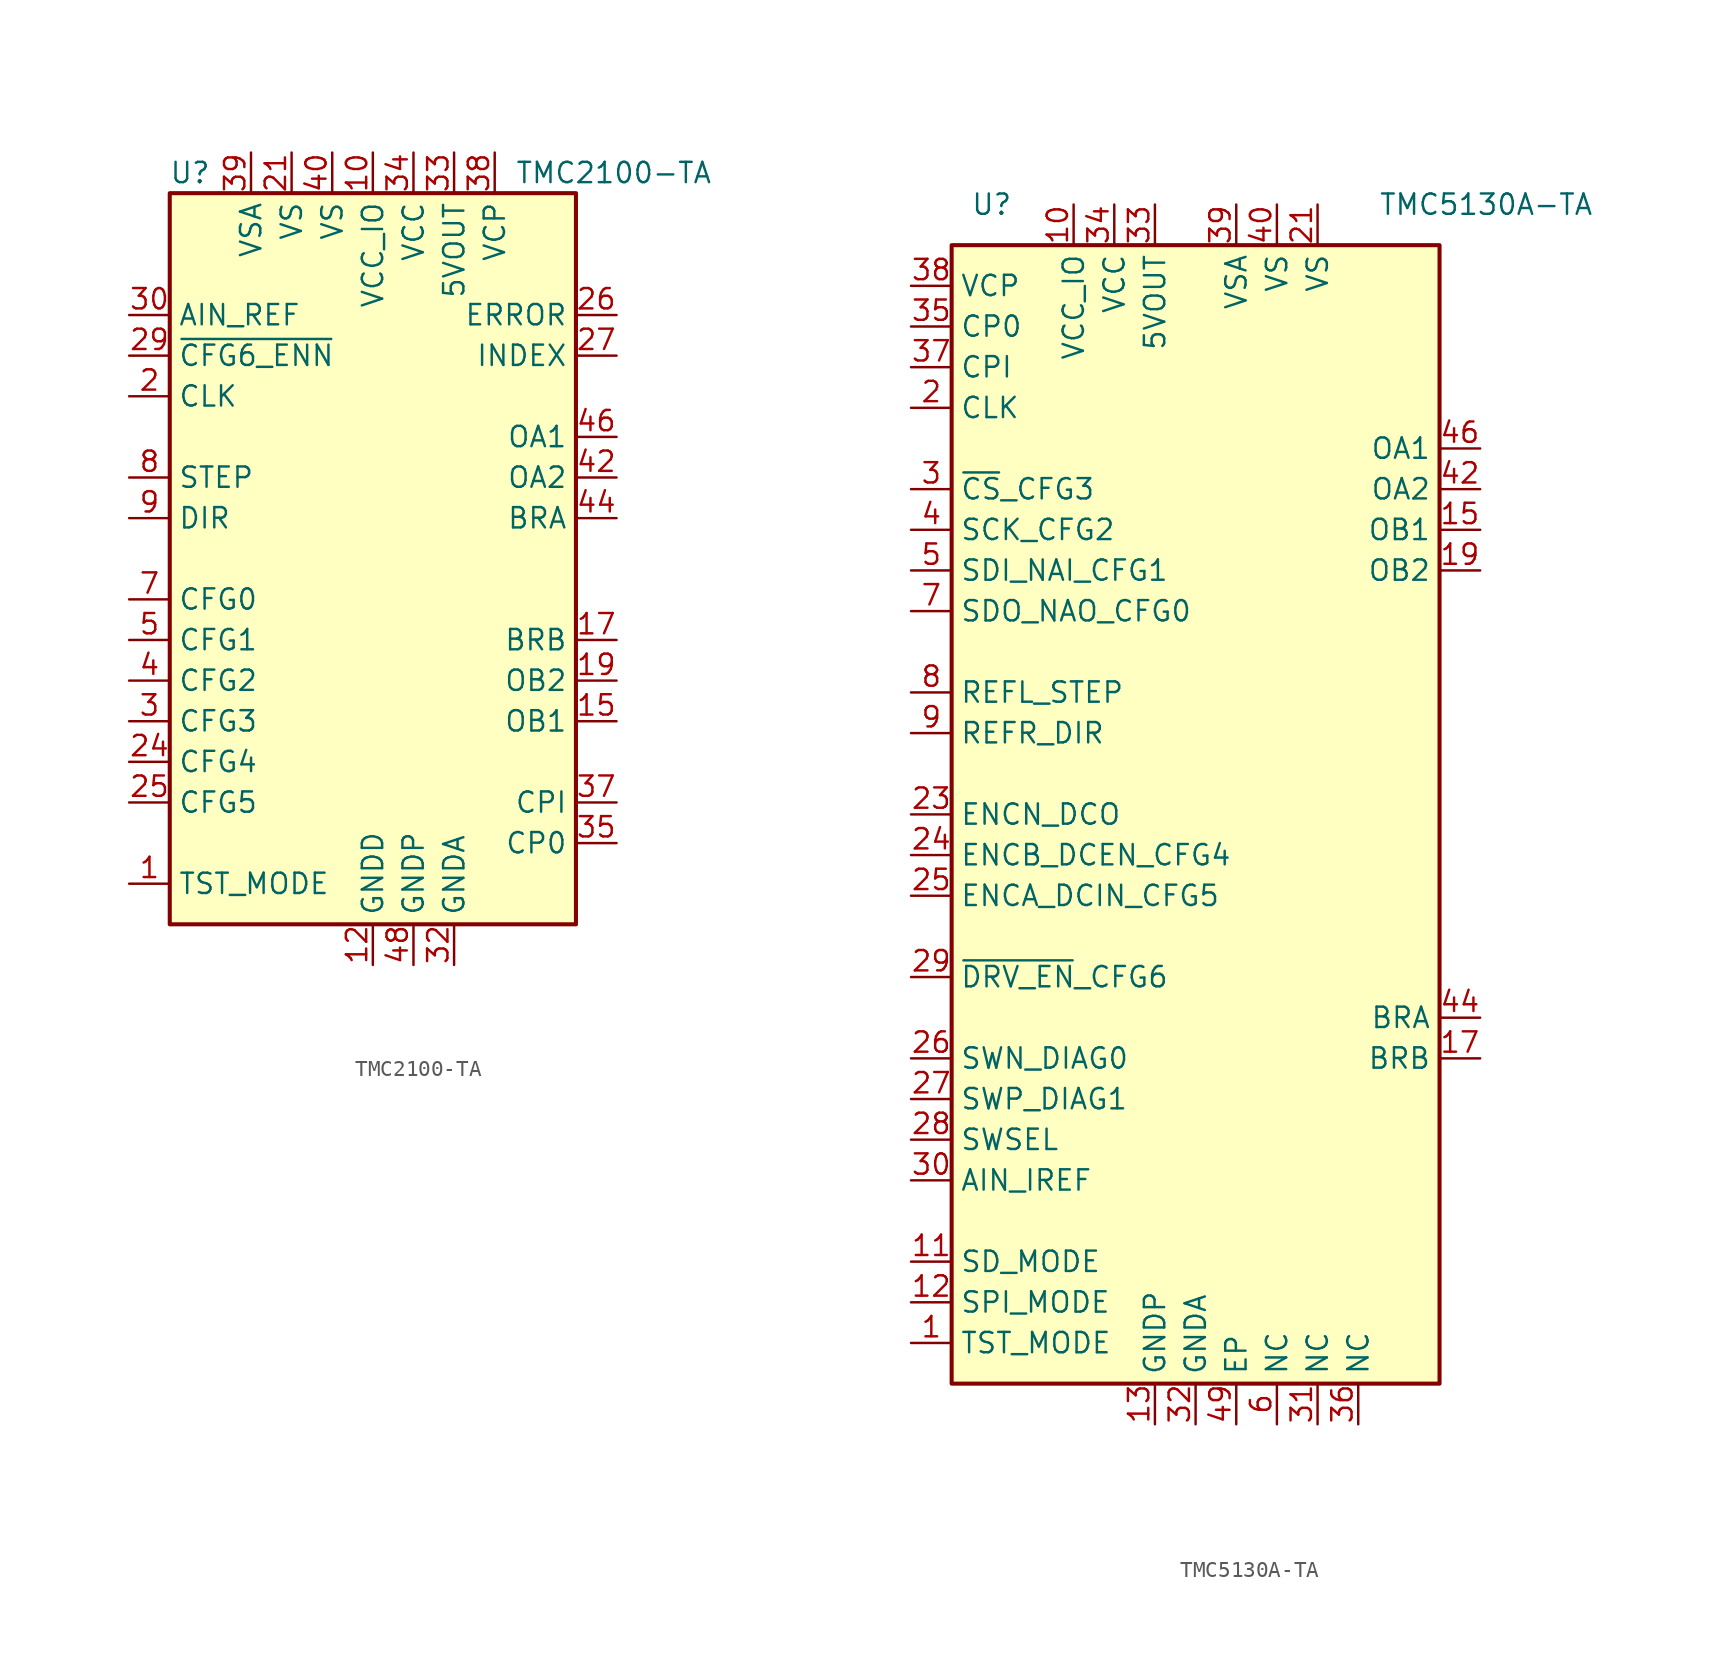
<source format=kicad_sym>
(kicad_symbol_lib
  (version 20200908)
  (generator kicad_symbol_editor)
  (symbol "Driver_Motor:TMC2100-TA"
    (property "Reference" "U"
      (at -11.43 24.13 0)
      (effects (font (size 1.27 1.27))))
    (property "Value" "TMC2100-TA"
      (at 8.89 24.13 0)
      (effects (font (size 1.27 1.27)) (justify left)))
    (symbol "TMC2100-TA_0_1"
      (rectangle (start -12.7 22.86) (end 12.7 -22.86) (stroke (width 0.254)) (fill (type background))))
    (symbol "TMC2100-TA_1_1"
      (pin input line (at -15.24 -20.32 0) (length 2.54) (name "TST_MODE" (effects (font (size 1.27 1.27)))) (number "1" (effects (font (size 1.27 1.27)))))
      (pin power_in line (at 0 25.4 270) (length 2.54) (name "VCC_IO" (effects (font (size 1.27 1.27)))) (number "10" (effects (font (size 1.27 1.27)))))
      (pin unconnected line (at -12.7 17.78 0) (length 2.54) hide (name "DNC" (effects (font (size 1.27 1.27)))) (number "11" (effects (font (size 1.27 1.27)))))
      (pin power_in line (at 0 -25.4 90) (length 2.54) (name "GNDD" (effects (font (size 1.27 1.27)))) (number "12" (effects (font (size 1.27 1.27)))))
      (pin passive line (at 2.54 -25.4 90) (length 2.54) hide (name "GNDP" (effects (font (size 1.27 1.27)))) (number "13" (effects (font (size 1.27 1.27)))))
      (pin unconnected line (at -12.7 7.62 0) (length 2.54) hide (name "DNC" (effects (font (size 1.27 1.27)))) (number "14" (effects (font (size 1.27 1.27)))))
      (pin output line (at 15.24 -10.16 180) (length 2.54) (name "OB1" (effects (font (size 1.27 1.27)))) (number "15" (effects (font (size 1.27 1.27)))))
      (pin unconnected line (at -12.7 0 0) (length 2.54) hide (name "DNC" (effects (font (size 1.27 1.27)))) (number "16" (effects (font (size 1.27 1.27)))))
      (pin passive line (at 15.24 -5.08 180) (length 2.54) (name "BRB" (effects (font (size 1.27 1.27)))) (number "17" (effects (font (size 1.27 1.27)))))
      (pin unconnected line (at -12.7 -17.78 0) (length 2.54) hide (name "DNC" (effects (font (size 1.27 1.27)))) (number "18" (effects (font (size 1.27 1.27)))))
      (pin output line (at 15.24 -7.62 180) (length 2.54) (name "OB2" (effects (font (size 1.27 1.27)))) (number "19" (effects (font (size 1.27 1.27)))))
      (pin input line (at -15.24 10.16 0) (length 2.54) (name "CLK" (effects (font (size 1.27 1.27)))) (number "2" (effects (font (size 1.27 1.27)))))
      (pin unconnected line (at 12.7 17.78 180) (length 2.54) hide (name "DNC" (effects (font (size 1.27 1.27)))) (number "20" (effects (font (size 1.27 1.27)))))
      (pin power_in line (at -5.08 25.4 270) (length 2.54) (name "VS" (effects (font (size 1.27 1.27)))) (number "21" (effects (font (size 1.27 1.27)))))
      (pin unconnected line (at 7.62 -22.86 90) (length 2.54) hide (name "DNC" (effects (font (size 1.27 1.27)))) (number "22" (effects (font (size 1.27 1.27)))))
      (pin unconnected line (at 12.7 20.32 180) (length 2.54) hide (name "DNC" (effects (font (size 1.27 1.27)))) (number "23" (effects (font (size 1.27 1.27)))))
      (pin input line (at -15.24 -12.7 0) (length 2.54) (name "CFG4" (effects (font (size 1.27 1.27)))) (number "24" (effects (font (size 1.27 1.27)))))
      (pin input line (at -15.24 -15.24 0) (length 2.54) (name "CFG5" (effects (font (size 1.27 1.27)))) (number "25" (effects (font (size 1.27 1.27)))))
      (pin open_collector line (at 15.24 15.24 180) (length 2.54) (name "ERROR" (effects (font (size 1.27 1.27)))) (number "26" (effects (font (size 1.27 1.27)))))
      (pin open_collector line (at 15.24 12.7 180) (length 2.54) (name "INDEX" (effects (font (size 1.27 1.27)))) (number "27" (effects (font (size 1.27 1.27)))))
      (pin unconnected line (at 12.7 -20.32 180) (length 2.54) hide (name "DNC" (effects (font (size 1.27 1.27)))) (number "28" (effects (font (size 1.27 1.27)))))
      (pin input line (at -15.24 12.7 0) (length 2.54) (name "~CFG6_ENN" (effects (font (size 1.27 1.27)))) (number "29" (effects (font (size 1.27 1.27)))))
      (pin input line (at -15.24 -10.16 0) (length 2.54) (name "CFG3" (effects (font (size 1.27 1.27)))) (number "3" (effects (font (size 1.27 1.27)))))
      (pin input line (at -15.24 15.24 0) (length 2.54) (name "AIN_REF" (effects (font (size 1.27 1.27)))) (number "30" (effects (font (size 1.27 1.27)))))
      (pin passive line (at 0 -25.4 90) (length 2.54) hide (name "GNDD" (effects (font (size 1.27 1.27)))) (number "31" (effects (font (size 1.27 1.27)))))
      (pin power_in line (at 5.08 -25.4 90) (length 2.54) (name "GNDA" (effects (font (size 1.27 1.27)))) (number "32" (effects (font (size 1.27 1.27)))))
      (pin power_out line (at 5.08 25.4 270) (length 2.54) (name "5VOUT" (effects (font (size 1.27 1.27)))) (number "33" (effects (font (size 1.27 1.27)))))
      (pin power_in line (at 2.54 25.4 270) (length 2.54) (name "VCC" (effects (font (size 1.27 1.27)))) (number "34" (effects (font (size 1.27 1.27)))))
      (pin passive line (at 15.24 -17.78 180) (length 2.54) (name "CP0" (effects (font (size 1.27 1.27)))) (number "35" (effects (font (size 1.27 1.27)))))
      (pin passive line (at 0 -25.4 90) (length 2.54) hide (name "GNDD" (effects (font (size 1.27 1.27)))) (number "36" (effects (font (size 1.27 1.27)))))
      (pin passive line (at 15.24 -15.24 180) (length 2.54) (name "CPI" (effects (font (size 1.27 1.27)))) (number "37" (effects (font (size 1.27 1.27)))))
      (pin passive line (at 7.62 25.4 270) (length 2.54) (name "VCP" (effects (font (size 1.27 1.27)))) (number "38" (effects (font (size 1.27 1.27)))))
      (pin power_in line (at -7.62 25.4 270) (length 2.54) (name "VSA" (effects (font (size 1.27 1.27)))) (number "39" (effects (font (size 1.27 1.27)))))
      (pin input line (at -15.24 -7.62 0) (length 2.54) (name "CFG2" (effects (font (size 1.27 1.27)))) (number "4" (effects (font (size 1.27 1.27)))))
      (pin power_in line (at -2.54 25.4 270) (length 2.54) (name "VS" (effects (font (size 1.27 1.27)))) (number "40" (effects (font (size 1.27 1.27)))))
      (pin unconnected line (at 12.7 -12.7 180) (length 2.54) hide (name "DNC" (effects (font (size 1.27 1.27)))) (number "41" (effects (font (size 1.27 1.27)))))
      (pin output line (at 15.24 5.08 180) (length 2.54) (name "OA2" (effects (font (size 1.27 1.27)))) (number "42" (effects (font (size 1.27 1.27)))))
      (pin unconnected line (at 12.7 -2.54 180) (length 2.54) hide (name "DNC" (effects (font (size 1.27 1.27)))) (number "43" (effects (font (size 1.27 1.27)))))
      (pin passive line (at 15.24 2.54 180) (length 2.54) (name "BRA" (effects (font (size 1.27 1.27)))) (number "44" (effects (font (size 1.27 1.27)))))
      (pin unconnected line (at 12.7 0 180) (length 2.54) hide (name "DNC" (effects (font (size 1.27 1.27)))) (number "45" (effects (font (size 1.27 1.27)))))
      (pin output line (at 15.24 7.62 180) (length 2.54) (name "OA1" (effects (font (size 1.27 1.27)))) (number "46" (effects (font (size 1.27 1.27)))))
      (pin unconnected line (at 12.7 10.16 180) (length 2.54) hide (name "DNC" (effects (font (size 1.27 1.27)))) (number "47" (effects (font (size 1.27 1.27)))))
      (pin power_in line (at 2.54 -25.4 90) (length 2.54) (name "GNDP" (effects (font (size 1.27 1.27)))) (number "48" (effects (font (size 1.27 1.27)))))
      (pin passive line (at 0 -25.4 90) (length 2.54) hide (name "GNDD" (effects (font (size 1.27 1.27)))) (number "49" (effects (font (size 1.27 1.27)))))
      (pin input line (at -15.24 -5.08 0) (length 2.54) (name "CFG1" (effects (font (size 1.27 1.27)))) (number "5" (effects (font (size 1.27 1.27)))))
      (pin passive line (at 0 -25.4 90) (length 2.54) hide (name "GNDD" (effects (font (size 1.27 1.27)))) (number "6" (effects (font (size 1.27 1.27)))))
      (pin input line (at -15.24 -2.54 0) (length 2.54) (name "CFG0" (effects (font (size 1.27 1.27)))) (number "7" (effects (font (size 1.27 1.27)))))
      (pin input line (at -15.24 5.08 0) (length 2.54) (name "STEP" (effects (font (size 1.27 1.27)))) (number "8" (effects (font (size 1.27 1.27)))))
      (pin input line (at -15.24 2.54 0) (length 2.54) (name "DIR" (effects (font (size 1.27 1.27)))) (number "9" (effects (font (size 1.27 1.27)))))))
  (symbol "Driver_Motor:TMC5130A-TA"
    (property "Reference" "U"
      (at -11.43 38.1 0)
      (effects (font (size 1.27 1.27)) (justify right)))
    (property "Value" "TMC5130A-TA"
      (at 11.43 38.1 0)
      (effects (font (size 1.27 1.27)) (justify left)))
    (symbol "TMC5130A-TA_0_1"
      (rectangle (start -15.24 35.56) (end 15.24 -35.56) (stroke (width 0.254)) (fill (type background))))
    (symbol "TMC5130A-TA_1_1"
      (pin input line (at -17.78 -33.02 0) (length 2.54) (name "TST_MODE" (effects (font (size 1.27 1.27)))) (number "1" (effects (font (size 1.27 1.27)))))
      (pin power_in line (at -7.62 38.1 270) (length 2.54) (name "VCC_IO" (effects (font (size 1.27 1.27)))) (number "10" (effects (font (size 1.27 1.27)))))
      (pin input line (at -17.78 -27.94 0) (length 2.54) (name "SD_MODE" (effects (font (size 1.27 1.27)))) (number "11" (effects (font (size 1.27 1.27)))))
      (pin input line (at -17.78 -30.48 0) (length 2.54) (name "SPI_MODE" (effects (font (size 1.27 1.27)))) (number "12" (effects (font (size 1.27 1.27)))))
      (pin power_in line (at -2.54 -38.1 90) (length 2.54) (name "GNDP" (effects (font (size 1.27 1.27)))) (number "13" (effects (font (size 1.27 1.27)))))
      (pin unconnected line (at 15.24 12.7 180) (length 2.54) hide (name "DNC" (effects (font (size 1.27 1.27)))) (number "14" (effects (font (size 1.27 1.27)))))
      (pin output line (at 17.78 17.78 180) (length 2.54) (name "OB1" (effects (font (size 1.27 1.27)))) (number "15" (effects (font (size 1.27 1.27)))))
      (pin unconnected line (at 15.24 10.16 180) (length 2.54) hide (name "DNC" (effects (font (size 1.27 1.27)))) (number "16" (effects (font (size 1.27 1.27)))))
      (pin passive line (at 17.78 -15.24 180) (length 2.54) (name "BRB" (effects (font (size 1.27 1.27)))) (number "17" (effects (font (size 1.27 1.27)))))
      (pin unconnected line (at 15.24 7.62 180) (length 2.54) hide (name "DNC" (effects (font (size 1.27 1.27)))) (number "18" (effects (font (size 1.27 1.27)))))
      (pin output line (at 17.78 15.24 180) (length 2.54) (name "OB2" (effects (font (size 1.27 1.27)))) (number "19" (effects (font (size 1.27 1.27)))))
      (pin input line (at -17.78 25.4 0) (length 2.54) (name "CLK" (effects (font (size 1.27 1.27)))) (number "2" (effects (font (size 1.27 1.27)))))
      (pin unconnected line (at 15.24 5.08 180) (length 2.54) hide (name "DNC" (effects (font (size 1.27 1.27)))) (number "20" (effects (font (size 1.27 1.27)))))
      (pin power_in line (at 7.62 38.1 270) (length 2.54) (name "VS" (effects (font (size 1.27 1.27)))) (number "21" (effects (font (size 1.27 1.27)))))
      (pin unconnected line (at 15.24 2.54 180) (length 2.54) hide (name "DNC" (effects (font (size 1.27 1.27)))) (number "22" (effects (font (size 1.27 1.27)))))
      (pin bidirectional line (at -17.78 0 0) (length 2.54) (name "ENCN_DCO" (effects (font (size 1.27 1.27)))) (number "23" (effects (font (size 1.27 1.27)))))
      (pin input line (at -17.78 -2.54 0) (length 2.54) (name "ENCB_DCEN_CFG4" (effects (font (size 1.27 1.27)))) (number "24" (effects (font (size 1.27 1.27)))))
      (pin input line (at -17.78 -5.08 0) (length 2.54) (name "ENCA_DCIN_CFG5" (effects (font (size 1.27 1.27)))) (number "25" (effects (font (size 1.27 1.27)))))
      (pin bidirectional line (at -17.78 -15.24 0) (length 2.54) (name "SWN_DIAG0" (effects (font (size 1.27 1.27)))) (number "26" (effects (font (size 1.27 1.27)))))
      (pin bidirectional line (at -17.78 -17.78 0) (length 2.54) (name "SWP_DIAG1" (effects (font (size 1.27 1.27)))) (number "27" (effects (font (size 1.27 1.27)))))
      (pin input line (at -17.78 -20.32 0) (length 2.54) (name "SWSEL" (effects (font (size 1.27 1.27)))) (number "28" (effects (font (size 1.27 1.27)))))
      (pin input line (at -17.78 -10.16 0) (length 2.54) (name "~DRV_EN~_CFG6" (effects (font (size 1.27 1.27)))) (number "29" (effects (font (size 1.27 1.27)))))
      (pin input line (at -17.78 20.32 0) (length 2.54) (name "~CS~_CFG3" (effects (font (size 1.27 1.27)))) (number "3" (effects (font (size 1.27 1.27)))))
      (pin input line (at -17.78 -22.86 0) (length 2.54) (name "AIN_IREF" (effects (font (size 1.27 1.27)))) (number "30" (effects (font (size 1.27 1.27)))))
      (pin passive line (at 7.62 -38.1 90) (length 2.54) (name "NC" (effects (font (size 1.27 1.27)))) (number "31" (effects (font (size 1.27 1.27)))))
      (pin power_in line (at 0 -38.1 90) (length 2.54) (name "GNDA" (effects (font (size 1.27 1.27)))) (number "32" (effects (font (size 1.27 1.27)))))
      (pin power_out line (at -2.54 38.1 270) (length 2.54) (name "5VOUT" (effects (font (size 1.27 1.27)))) (number "33" (effects (font (size 1.27 1.27)))))
      (pin power_in line (at -5.08 38.1 270) (length 2.54) (name "VCC" (effects (font (size 1.27 1.27)))) (number "34" (effects (font (size 1.27 1.27)))))
      (pin passive line (at -17.78 30.48 0) (length 2.54) (name "CP0" (effects (font (size 1.27 1.27)))) (number "35" (effects (font (size 1.27 1.27)))))
      (pin passive line (at 10.16 -38.1 90) (length 2.54) (name "NC" (effects (font (size 1.27 1.27)))) (number "36" (effects (font (size 1.27 1.27)))))
      (pin passive line (at -17.78 27.94 0) (length 2.54) (name "CPI" (effects (font (size 1.27 1.27)))) (number "37" (effects (font (size 1.27 1.27)))))
      (pin passive line (at -17.78 33.02 0) (length 2.54) (name "VCP" (effects (font (size 1.27 1.27)))) (number "38" (effects (font (size 1.27 1.27)))))
      (pin power_in line (at 2.54 38.1 270) (length 2.54) (name "VSA" (effects (font (size 1.27 1.27)))) (number "39" (effects (font (size 1.27 1.27)))))
      (pin input line (at -17.78 17.78 0) (length 2.54) (name "SCK_CFG2" (effects (font (size 1.27 1.27)))) (number "4" (effects (font (size 1.27 1.27)))))
      (pin power_in line (at 5.08 38.1 270) (length 2.54) (name "VS" (effects (font (size 1.27 1.27)))) (number "40" (effects (font (size 1.27 1.27)))))
      (pin unconnected line (at 15.24 33.02 180) (length 2.54) hide (name "DNC" (effects (font (size 1.27 1.27)))) (number "41" (effects (font (size 1.27 1.27)))))
      (pin output line (at 17.78 20.32 180) (length 2.54) (name "OA2" (effects (font (size 1.27 1.27)))) (number "42" (effects (font (size 1.27 1.27)))))
      (pin unconnected line (at 15.24 30.48 180) (length 2.54) hide (name "DNC" (effects (font (size 1.27 1.27)))) (number "43" (effects (font (size 1.27 1.27)))))
      (pin passive line (at 17.78 -12.7 180) (length 2.54) (name "BRA" (effects (font (size 1.27 1.27)))) (number "44" (effects (font (size 1.27 1.27)))))
      (pin unconnected line (at 15.24 27.94 180) (length 2.54) hide (name "DNC" (effects (font (size 1.27 1.27)))) (number "45" (effects (font (size 1.27 1.27)))))
      (pin output line (at 17.78 22.86 180) (length 2.54) (name "OA1" (effects (font (size 1.27 1.27)))) (number "46" (effects (font (size 1.27 1.27)))))
      (pin unconnected line (at 15.24 25.4 180) (length 2.54) hide (name "DNC" (effects (font (size 1.27 1.27)))) (number "47" (effects (font (size 1.27 1.27)))))
      (pin passive line (at -2.54 -38.1 90) (length 2.54) hide (name "GNDP" (effects (font (size 1.27 1.27)))) (number "48" (effects (font (size 1.27 1.27)))))
      (pin power_in line (at 2.54 -38.1 90) (length 2.54) (name "EP" (effects (font (size 1.27 1.27)))) (number "49" (effects (font (size 1.27 1.27)))))
      (pin input line (at -17.78 15.24 0) (length 2.54) (name "SDI_NAI_CFG1" (effects (font (size 1.27 1.27)))) (number "5" (effects (font (size 1.27 1.27)))))
      (pin passive line (at 5.08 -38.1 90) (length 2.54) (name "NC" (effects (font (size 1.27 1.27)))) (number "6" (effects (font (size 1.27 1.27)))))
      (pin bidirectional line (at -17.78 12.7 0) (length 2.54) (name "SDO_NAO_CFG0" (effects (font (size 1.27 1.27)))) (number "7" (effects (font (size 1.27 1.27)))))
      (pin input line (at -17.78 7.62 0) (length 2.54) (name "REFL_STEP" (effects (font (size 1.27 1.27)))) (number "8" (effects (font (size 1.27 1.27)))))
      (pin input line (at -17.78 5.08 0) (length 2.54) (name "REFR_DIR" (effects (font (size 1.27 1.27)))) (number "9" (effects (font (size 1.27 1.27))))))))
</source>
